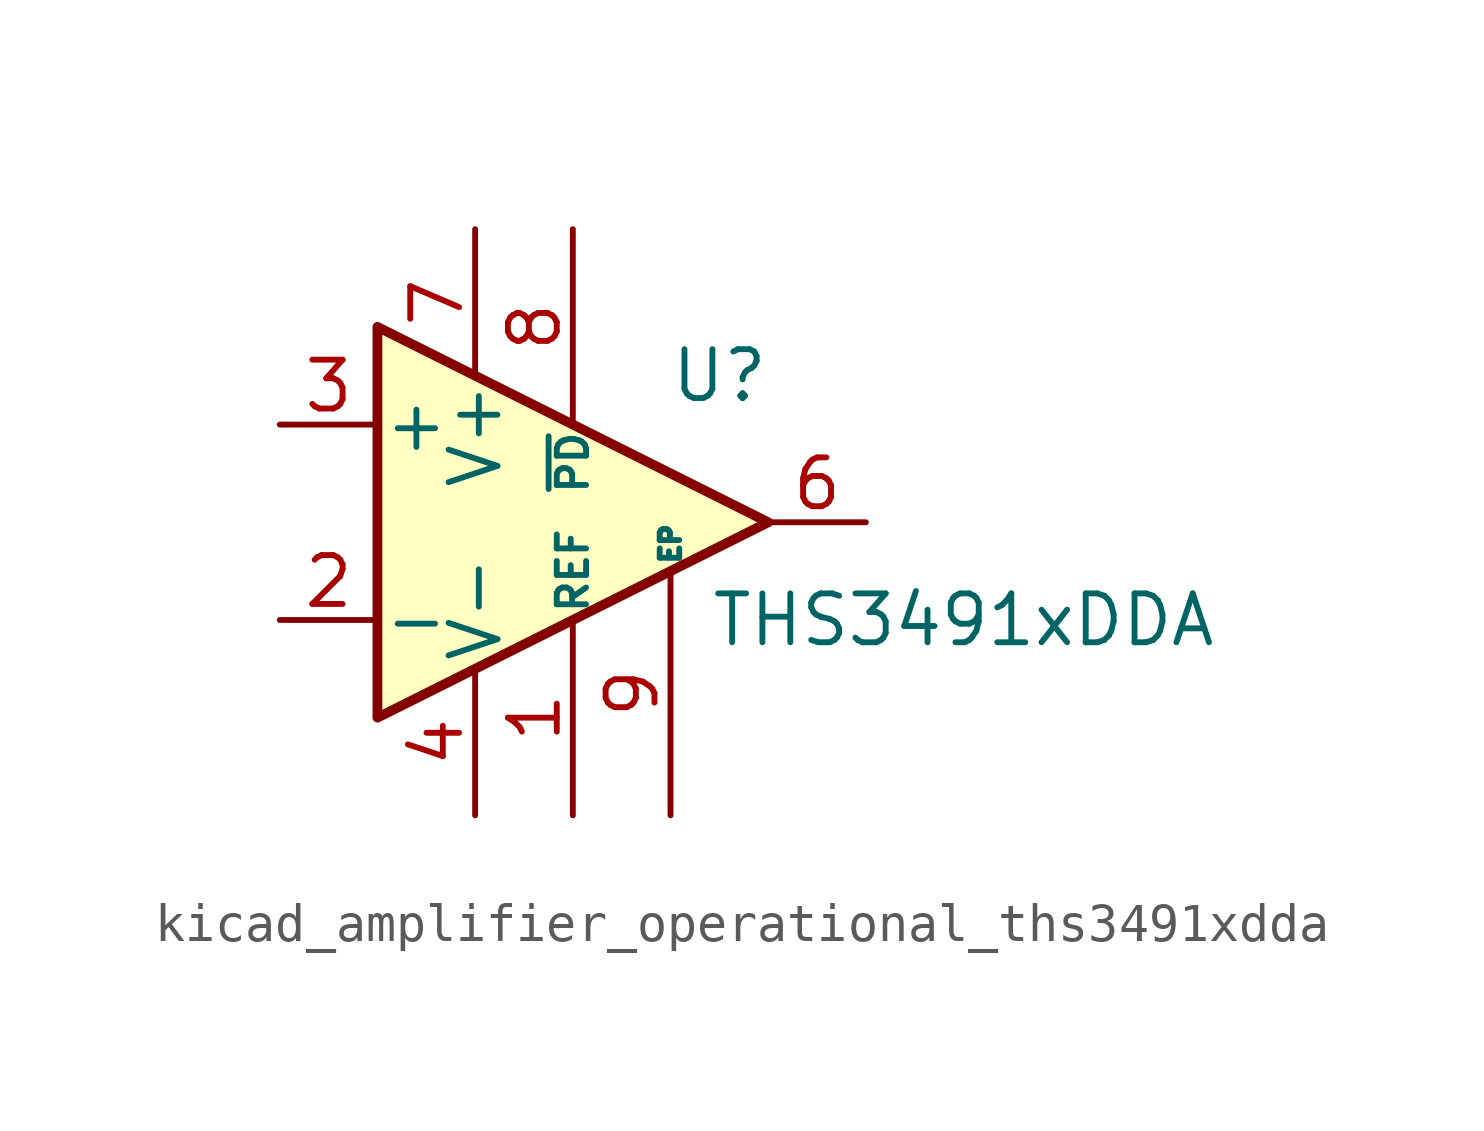
<source format=kicad_sym>
(kicad_symbol_lib
  (version 20220914)
  (generator kicad_symbol_editor)
  (symbol "kicad_amplifier_operational_ths3491xdda"
    (pin_names
      (offset 0.127))
    (property "Reference" "U"
      (at 3.81 3.81 0)
      (effects (font (size 1.27 1.27))))
    (property "Value" "THS3491xDDA"
      (at 10.16 -2.54 0)
      (effects (font (size 1.27 1.27))))
    (symbol "kicad_amplifier_operational_ths3491xdda_1_1"
      (polyline (pts (xy -5.08 5.08) (xy 5.08 0) (xy -5.08 -5.08) (xy -5.08 5.08)) (stroke (width 0.254) (type default)) (fill (type background)))
      (pin input line (at 0 -7.62 90) (length 5.08) (name "REF" (effects (font (size 0.762 0.762)))) (number "1" (effects (font (size 1.27 1.27)))))
      (pin input line (at -7.62 -2.54 0) (length 2.54) (name "-" (effects (font (size 1.27 1.27)))) (number "2" (effects (font (size 1.27 1.27)))))
      (pin input line (at -7.62 2.54 0) (length 2.54) (name "+" (effects (font (size 1.27 1.27)))) (number "3" (effects (font (size 1.27 1.27)))))
      (pin power_in line (at -2.54 -7.62 90) (length 3.81) (name "V-" (effects (font (size 1.27 1.27)))) (number "4" (effects (font (size 1.27 1.27)))))
      (pin no_connect line (at -5.08 0 0) (length 2.54) hide (name "NC" (effects (font (size 1.27 1.27)))) (number "5" (effects (font (size 1.27 1.27)))))
      (pin output line (at 7.62 0 180) (length 2.54) (name "~" (effects (font (size 1.27 1.27)))) (number "6" (effects (font (size 1.27 1.27)))))
      (pin power_in line (at -2.54 7.62 270) (length 3.81) (name "V+" (effects (font (size 1.27 1.27)))) (number "7" (effects (font (size 1.27 1.27)))))
      (pin input line (at 0 7.62 270) (length 5.08) (name "~{PD}" (effects (font (size 0.762 0.762)))) (number "8" (effects (font (size 1.27 1.27)))))
      (pin passive line (at 2.54 -7.62 90) (length 6.35) (name "EP" (effects (font (size 0.508 0.508)))) (number "9" (effects (font (size 1.27 1.27))))))))
</source>
